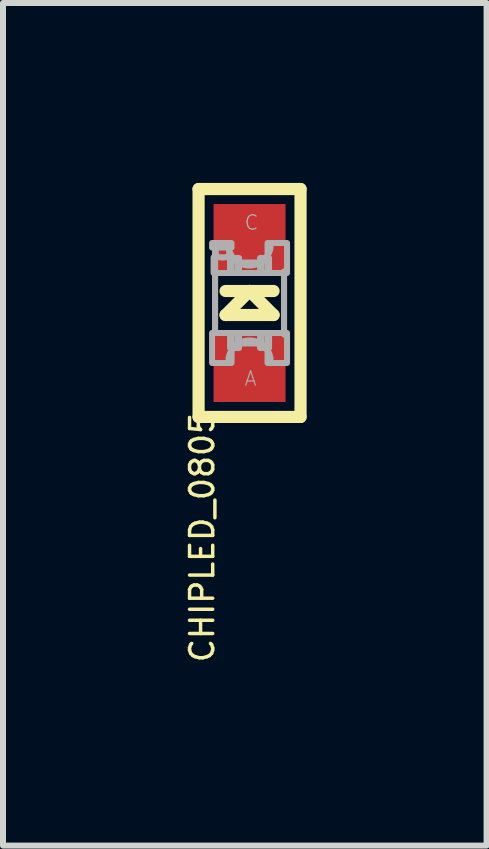
<source format=kicad_pcb>
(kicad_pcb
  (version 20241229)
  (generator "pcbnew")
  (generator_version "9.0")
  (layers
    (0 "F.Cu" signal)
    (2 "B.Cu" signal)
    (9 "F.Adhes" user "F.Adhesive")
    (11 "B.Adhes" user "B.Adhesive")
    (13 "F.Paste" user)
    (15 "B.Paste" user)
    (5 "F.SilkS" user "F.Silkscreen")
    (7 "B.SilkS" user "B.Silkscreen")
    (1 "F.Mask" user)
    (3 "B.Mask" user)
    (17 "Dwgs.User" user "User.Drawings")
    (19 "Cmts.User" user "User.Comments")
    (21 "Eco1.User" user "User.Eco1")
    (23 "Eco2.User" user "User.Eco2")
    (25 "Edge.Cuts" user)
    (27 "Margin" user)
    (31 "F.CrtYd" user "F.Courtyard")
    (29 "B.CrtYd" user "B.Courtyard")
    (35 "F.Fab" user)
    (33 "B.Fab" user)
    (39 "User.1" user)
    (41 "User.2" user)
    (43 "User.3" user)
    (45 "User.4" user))
  (footprint "CHIPLED_0805"
    (layer "F.Cu")
    (at 1.111 2.002)
    (property "Reference" "CHIPLED_0805" (at -1.016 1.778 270) (layer "F.SilkS") (effects (font (size 0.386 0.386) (thickness 0.058)) (justify right top)))
    (attr through_hole)
    (fp_line (start -0.85 -1.9) (end 0.85 -1.9) (stroke (width 0.203) (type solid)) (layer "F.SilkS"))
    (fp_line (start -0.85 1.9) (end -0.85 -1.9) (stroke (width 0.203) (type solid)) (layer "F.SilkS"))
    (fp_line (start -0.4 -0.2) (end 0 -0.2) (stroke (width 0.203) (type solid)) (layer "F.SilkS"))
    (fp_line (start -0.4 0.2) (end 0.4 0.2) (stroke (width 0.203) (type solid)) (layer "F.SilkS"))
    (fp_line (start 0 -0.2) (end -0.4 0.2) (stroke (width 0.203) (type solid)) (layer "F.SilkS"))
    (fp_line (start 0 -0.2) (end 0.4 -0.2) (stroke (width 0.203) (type solid)) (layer "F.SilkS"))
    (fp_line (start 0.4 0.2) (end 0 -0.2) (stroke (width 0.203) (type solid)) (layer "F.SilkS"))
    (fp_line (start 0.85 -1.9) (end 0.85 1.9) (stroke (width 0.203) (type solid)) (layer "F.SilkS"))
    (fp_line (start 0.85 1.9) (end -0.85 1.9) (stroke (width 0.203) (type solid)) (layer "F.SilkS"))
    (fp_line (start -0.575 0.5) (end -0.575 -0.925) (stroke (width 0.102) (type solid)) (layer "F.Fab"))
    (fp_line (start 0.575 -0.525) (end 0.575 0.525) (stroke (width 0.102) (type solid)) (layer "F.Fab"))
    (fp_arc (start -0.35 0.925) (mid -0.000001 0.625027) (end 0.35 0.924998) (stroke (width 0.1016) (type solid)) (layer "F.Fab"))
    (fp_arc (start 0.35 -0.924998) (mid -0.000001 -0.625027) (end -0.35 -0.925) (stroke (width 0.1016) (type solid)) (layer "F.Fab"))
    (fp_circle (center -0.45 -0.85) (end -0.347 -0.85) (stroke (width 0.076) (type solid)) (fill no) (layer "F.Fab"))
    (fp_poly (pts (xy -0.625 -0.925) (xy -0.3 -0.925) (xy -0.3 -1) (xy -0.625 -1)) (stroke (width 0.1) (type solid)) (fill no) (layer "F.Fab"))
    (fp_poly (pts (xy -0.625 1) (xy -0.3 1) (xy -0.3 0.5) (xy -0.625 0.5)) (stroke (width 0.1) (type solid)) (fill no) (layer "F.Fab"))
    (fp_poly (pts (xy -0.6 -0.5) (xy -0.3 -0.5) (xy -0.3 -0.762) (xy -0.6 -0.762)) (stroke (width 0.1) (type solid)) (fill no) (layer "F.Fab"))
    (fp_poly (pts (xy -0.325 -0.5) (xy -0.175 -0.5) (xy -0.175 -0.75) (xy -0.325 -0.75)) (stroke (width 0.1) (type solid)) (fill no) (layer "F.Fab"))
    (fp_poly (pts (xy -0.325 0.75) (xy -0.175 0.75) (xy -0.175 0.5) (xy -0.325 0.5)) (stroke (width 0.1) (type solid)) (fill no) (layer "F.Fab"))
    (fp_poly (pts (xy -0.2 -0.5) (xy 0.2 -0.5) (xy 0.2 -0.675) (xy -0.2 -0.675)) (stroke (width 0.1) (type solid)) (fill no) (layer "F.Fab"))
    (fp_poly (pts (xy -0.2 0.675) (xy 0.2 0.675) (xy 0.2 0.5) (xy -0.2 0.5)) (stroke (width 0.1) (type solid)) (fill no) (layer "F.Fab"))
    (fp_poly (pts (xy 0.175 -0.5) (xy 0.325 -0.5) (xy 0.325 -0.75) (xy 0.175 -0.75)) (stroke (width 0.1) (type solid)) (fill no) (layer "F.Fab"))
    (fp_poly (pts (xy 0.175 0.75) (xy 0.325 0.75) (xy 0.325 0.5) (xy 0.175 0.5)) (stroke (width 0.1) (type solid)) (fill no) (layer "F.Fab"))
    (fp_poly (pts (xy 0.3 -0.5) (xy 0.625 -0.5) (xy 0.625 -1) (xy 0.3 -1)) (stroke (width 0.1) (type solid)) (fill no) (layer "F.Fab"))
    (fp_poly (pts (xy 0.3 1) (xy 0.625 1) (xy 0.625 0.5) (xy 0.3 0.5)) (stroke (width 0.1) (type solid)) (fill no) (layer "F.Fab"))
    (fp_text user "A" (at -0.1 1.4 0) (layer "F.Fab") (effects (font (size 0.241 0.241) (thickness 0.02)) (justify left bottom)))
    (fp_text user "C" (at -0.1 -1.2 0) (layer "F.Fab") (effects (font (size 0.241 0.241) (thickness 0.02)) (justify left bottom)))
    (pad "A" smd rect (at 0 1.05) (size 1.2 1.2) (layers "F.Cu" "F.Mask" "F.Paste"))
    (pad "C" smd rect (at 0 -1.05) (size 1.2 1.2) (layers "F.Cu" "F.Mask" "F.Paste")))
  (gr_rect
    (start -3 -3)
    (end 5.063 11.049)
    (stroke (width 0.1) (type default))
    (fill no)
    (layer "Edge.Cuts")))
</source>
